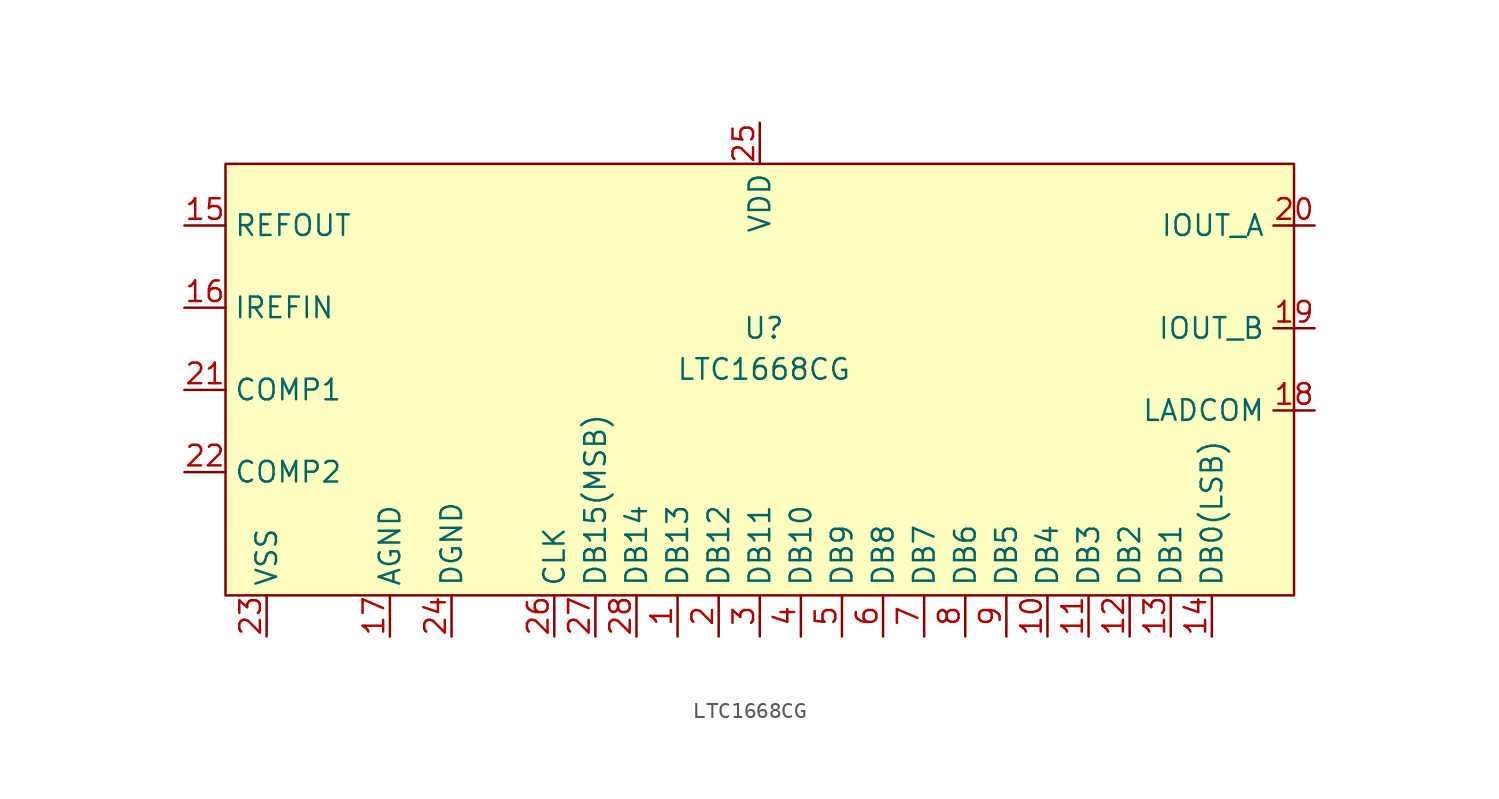
<source format=kicad_sym>
(kicad_symbol_lib
  (version 20241209)
  (generator "kicad_symbol_editor")
  (generator_version "9.0")
  (symbol "LTC1668CG"
    (property "Reference" "U"
      (at 35.814 8.89 0)
      (effects (font (size 1.27 1.27))))
    (property "Value" "LTC1668CG"
      (at 35.814 6.35 0)
      (effects (font (size 1.27 1.27))))
    (symbol "LTC1668CG_0_0"
      (pin output line (at 0 15.24 0) (length 2.54) (name "REFOUT" (effects (font (size 1.27 1.27)))) (number "15" (effects (font (size 1.27 1.27)))))
      (pin input line (at 0 10.16 0) (length 2.54) (name "IREFIN" (effects (font (size 1.27 1.27)))) (number "16" (effects (font (size 1.27 1.27)))))
      (pin bidirectional line (at 0 5.08 0) (length 2.54) (name "COMP1" (effects (font (size 1.27 1.27)))) (number "21" (effects (font (size 1.27 1.27)))))
      (pin bidirectional line (at 0 0 0) (length 2.54) (name "COMP2" (effects (font (size 1.27 1.27)))) (number "22" (effects (font (size 1.27 1.27)))))
      (pin power_out line (at 5.08 -10.16 90) (length 2.54) (name "VSS" (effects (font (size 1.27 1.27)))) (number "23" (effects (font (size 1.27 1.27)))))
      (pin power_out line (at 12.7 -10.16 90) (length 2.54) (name "AGND" (effects (font (size 1.27 1.27)))) (number "17" (effects (font (size 1.27 1.27)))))
      (pin power_out line (at 16.51 -10.16 90) (length 2.54) (name "DGND" (effects (font (size 1.27 1.27)))) (number "24" (effects (font (size 1.27 1.27)))))
      (pin input line (at 22.86 -10.16 90) (length 2.54) (name "CLK" (effects (font (size 1.27 1.27)))) (number "26" (effects (font (size 1.27 1.27)))))
      (pin bidirectional line (at 25.4 -10.16 90) (length 2.54) (name "DB15(MSB)" (effects (font (size 1.27 1.27)))) (number "27" (effects (font (size 1.27 1.27)))))
      (pin bidirectional line (at 27.94 -10.16 90) (length 2.54) (name "DB14" (effects (font (size 1.27 1.27)))) (number "28" (effects (font (size 1.27 1.27)))))
      (pin bidirectional line (at 30.48 -10.16 90) (length 2.54) (name "DB13" (effects (font (size 1.27 1.27)))) (number "1" (effects (font (size 1.27 1.27)))))
      (pin bidirectional line (at 33.02 -10.16 90) (length 2.54) (name "DB12" (effects (font (size 1.27 1.27)))) (number "2" (effects (font (size 1.27 1.27)))))
      (pin power_in line (at 35.56 21.59 270) (length 2.54) (name "VDD" (effects (font (size 1.27 1.27)))) (number "25" (effects (font (size 1.27 1.27)))))
      (pin bidirectional line (at 35.56 -10.16 90) (length 2.54) (name "DB11" (effects (font (size 1.27 1.27)))) (number "3" (effects (font (size 1.27 1.27)))))
      (pin bidirectional line (at 38.1 -10.16 90) (length 2.54) (name "DB10" (effects (font (size 1.27 1.27)))) (number "4" (effects (font (size 1.27 1.27)))))
      (pin bidirectional line (at 40.64 -10.16 90) (length 2.54) (name "DB9" (effects (font (size 1.27 1.27)))) (number "5" (effects (font (size 1.27 1.27)))))
      (pin bidirectional line (at 43.18 -10.16 90) (length 2.54) (name "DB8" (effects (font (size 1.27 1.27)))) (number "6" (effects (font (size 1.27 1.27)))))
      (pin bidirectional line (at 45.72 -10.16 90) (length 2.54) (name "DB7" (effects (font (size 1.27 1.27)))) (number "7" (effects (font (size 1.27 1.27)))))
      (pin bidirectional line (at 48.26 -10.16 90) (length 2.54) (name "DB6" (effects (font (size 1.27 1.27)))) (number "8" (effects (font (size 1.27 1.27)))))
      (pin bidirectional line (at 50.8 -10.16 90) (length 2.54) (name "DB5" (effects (font (size 1.27 1.27)))) (number "9" (effects (font (size 1.27 1.27)))))
      (pin bidirectional line (at 53.34 -10.16 90) (length 2.54) (name "DB4" (effects (font (size 1.27 1.27)))) (number "10" (effects (font (size 1.27 1.27)))))
      (pin bidirectional line (at 55.88 -10.16 90) (length 2.54) (name "DB3" (effects (font (size 1.27 1.27)))) (number "11" (effects (font (size 1.27 1.27)))))
      (pin bidirectional line (at 58.42 -10.16 90) (length 2.54) (name "DB2" (effects (font (size 1.27 1.27)))) (number "12" (effects (font (size 1.27 1.27)))))
      (pin bidirectional line (at 60.96 -10.16 90) (length 2.54) (name "DB1" (effects (font (size 1.27 1.27)))) (number "13" (effects (font (size 1.27 1.27)))))
      (pin bidirectional line (at 63.5 -10.16 90) (length 2.54) (name "DB0(LSB)" (effects (font (size 1.27 1.27)))) (number "14" (effects (font (size 1.27 1.27)))))
      (pin output line (at 69.85 15.24 180) (length 2.54) (name "IOUT_A" (effects (font (size 1.27 1.27)))) (number "20" (effects (font (size 1.27 1.27)))))
      (pin output line (at 69.85 8.89 180) (length 2.54) (name "IOUT_B" (effects (font (size 1.27 1.27)))) (number "19" (effects (font (size 1.27 1.27)))))
      (pin bidirectional line (at 69.85 3.81 180) (length 2.54) (name "LADCOM" (effects (font (size 1.27 1.27)))) (number "18" (effects (font (size 1.27 1.27))))))
    (symbol "LTC1668CG_1_1"
      (rectangle (start 2.54 19.05) (end 68.58 -7.62) (stroke (width 0) (type default)) (fill (type background))))))
</source>
